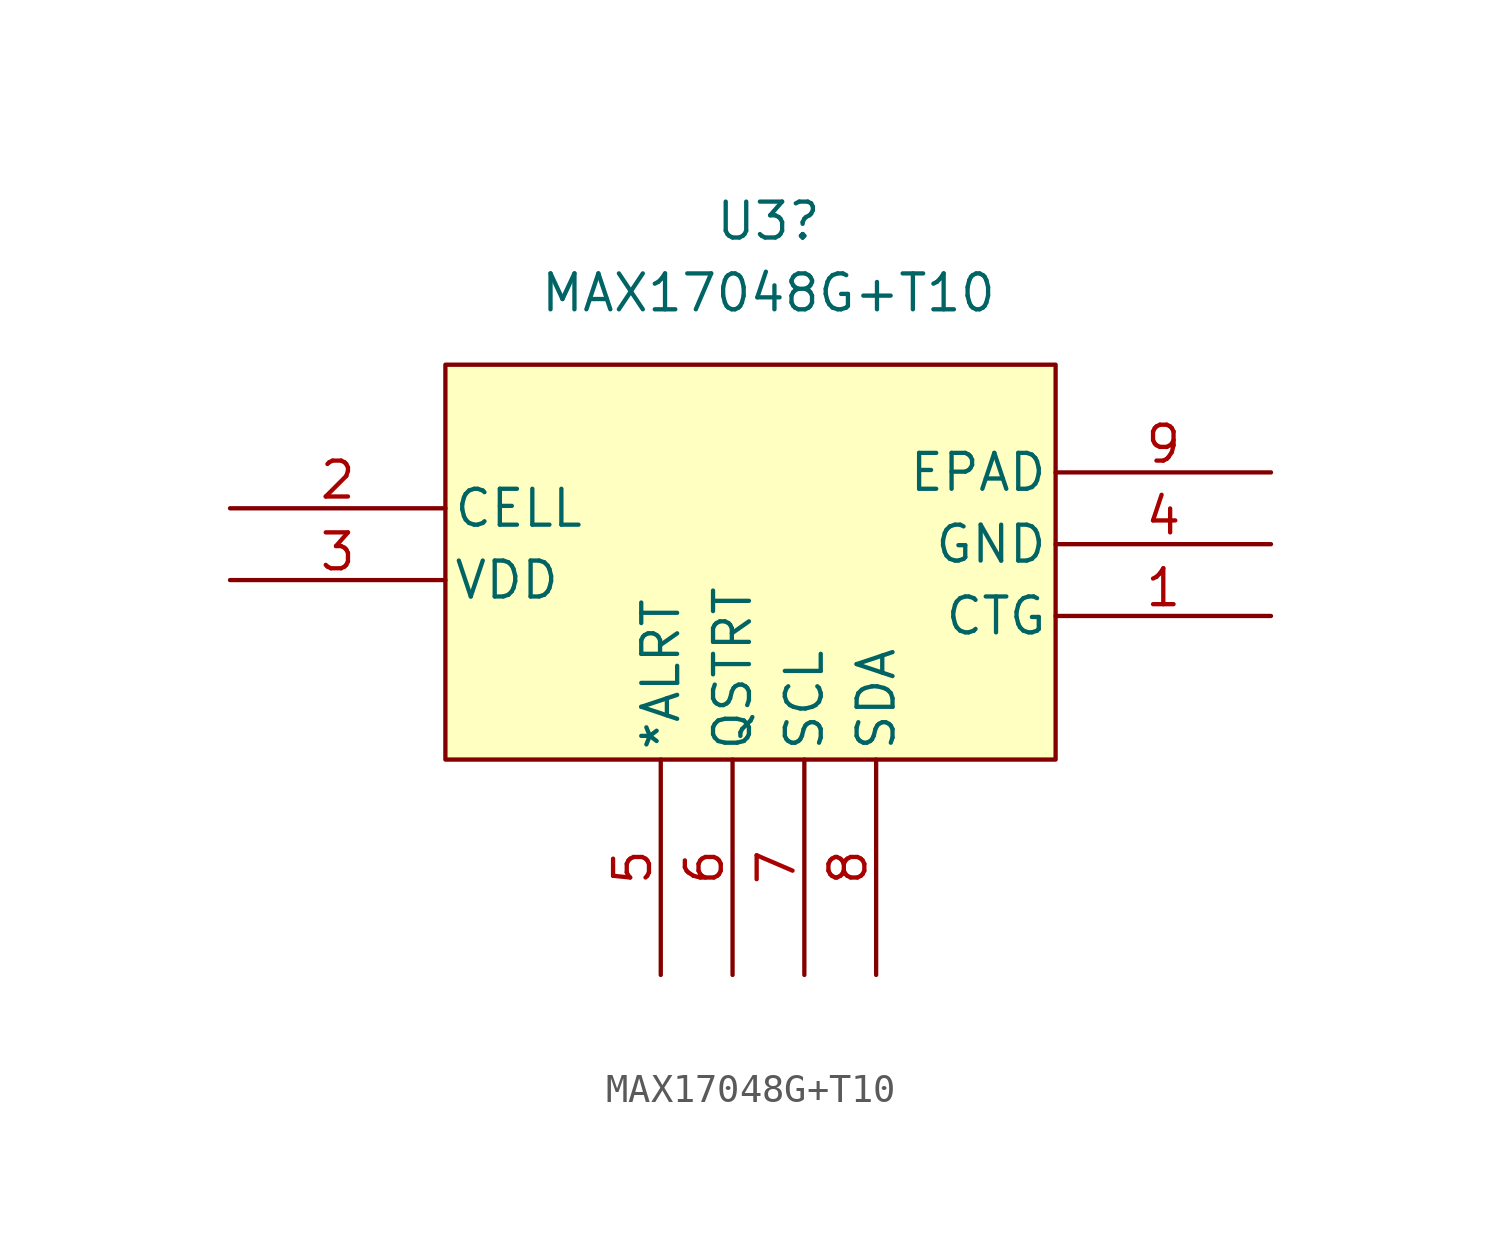
<source format=kicad_sym>
(kicad_symbol_lib
  (version 20211014)
  (generator kicad_symbol_editor)
  (symbol "MAX17048G+T10"
    (pin_names
      (offset 0.254))
    (property "Reference" "U3"
      (at 0 11.43 0)
      (effects (font (size 1.27 1.27))))
    (property "Value" "MAX17048G+T10"
      (at 0 8.89 0)
      (effects (font (size 1.27 1.27))))
    (property "ki_locked" ""
      (at 0 0 0)
      (effects (font (size 1.27 1.27))))
    (symbol "MAX17048G+T10_0_1"
      (rectangle (start -11.43 6.35) (end 10.16 -7.62) (stroke (width 0) (type default) (color 0 0 0 0)) (fill (type background)))
      (pin unspecified line (at 17.78 -2.54 180) (length 7.62) (name "CTG" (effects (font (size 1.27 1.27)))) (number "1" (effects (font (size 1.27 1.27)))))
      (pin unspecified line (at -19.05 1.27 0) (length 7.62) (name "CELL" (effects (font (size 1.27 1.27)))) (number "2" (effects (font (size 1.27 1.27)))))
      (pin power_in line (at -19.05 -1.27 0) (length 7.62) (name "VDD" (effects (font (size 1.27 1.27)))) (number "3" (effects (font (size 1.27 1.27)))))
      (pin power_in line (at 17.78 0 180) (length 7.62) (name "GND" (effects (font (size 1.27 1.27)))) (number "4" (effects (font (size 1.27 1.27)))))
      (pin output line (at -3.81 -15.24 90) (length 7.62) (name "*ALRT" (effects (font (size 1.27 1.27)))) (number "5" (effects (font (size 1.27 1.27)))))
      (pin input line (at -1.27 -15.24 90) (length 7.62) (name "QSTRT" (effects (font (size 1.27 1.27)))) (number "6" (effects (font (size 1.27 1.27)))))
      (pin input line (at 1.27 -15.24 90) (length 7.62) (name "SCL" (effects (font (size 1.27 1.27)))) (number "7" (effects (font (size 1.27 1.27)))))
      (pin bidirectional line (at 3.81 -15.24 90) (length 7.62) (name "SDA" (effects (font (size 1.27 1.27)))) (number "8" (effects (font (size 1.27 1.27)))))
      (pin unspecified line (at 17.78 2.54 180) (length 7.62) (name "EPAD" (effects (font (size 1.27 1.27)))) (number "9" (effects (font (size 1.27 1.27))))))))
</source>
